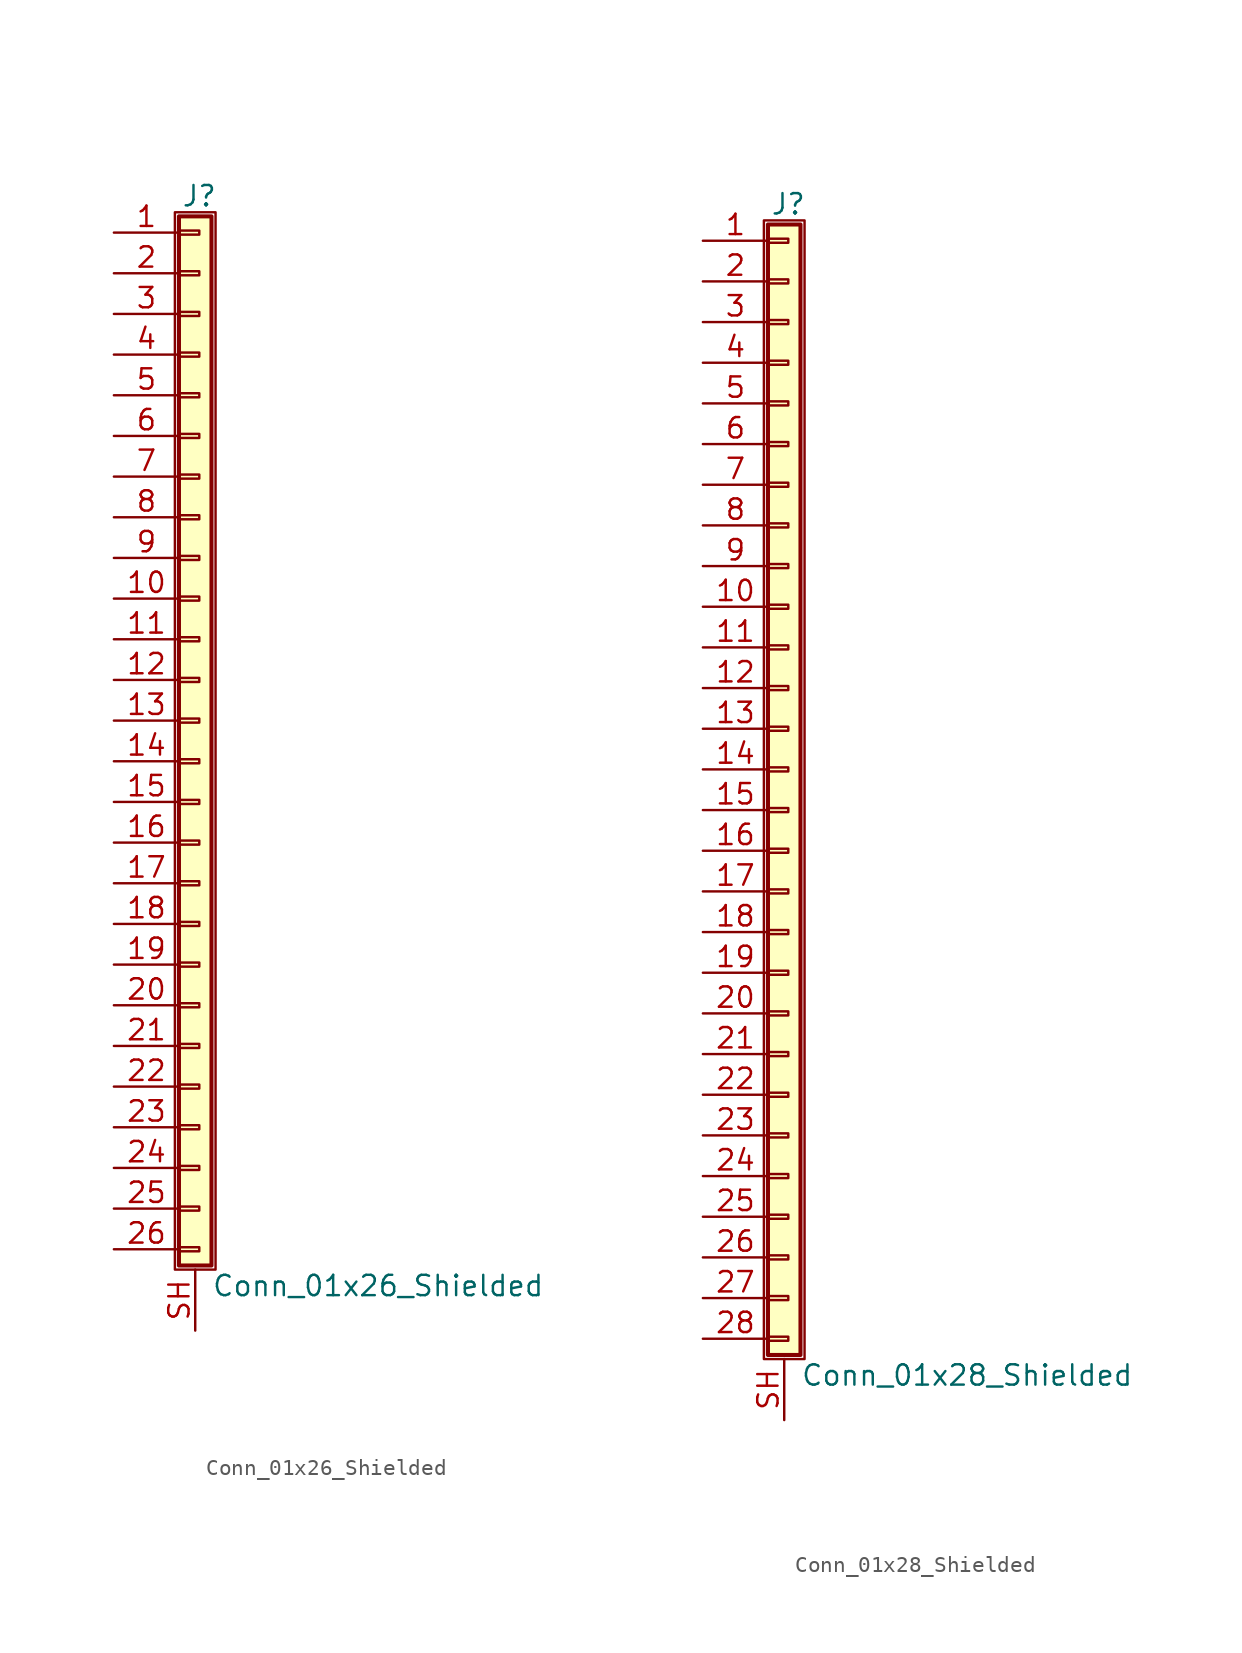
<source format=kicad_sym>
(kicad_symbol_lib
  (version 20220914)
  (generator kicad_symbol_editor)
  (symbol "Conn_01x26_Shielded"
    (pin_names
      (offset 1.016) hide)
    (property "Reference" "J"
      (at 0.254 32.766 0)
      (effects (font (size 1.27 1.27))))
    (property "Value" "Conn_01x26_Shielded"
      (at 1.016 -35.306 0)
      (effects (font (size 1.27 1.27)) (justify left)))
    (symbol "Conn_01x26_Shielded_1_1"
      (rectangle (start -1.27 31.75) (end 1.27 -34.29) (stroke (width 0.152) (type default)) (fill (type none)))
      (rectangle (start -1.016 -32.893) (end 0.254 -33.147) (stroke (width 0.152) (type default)) (fill (type none)))
      (rectangle (start -1.016 -30.353) (end 0.254 -30.607) (stroke (width 0.152) (type default)) (fill (type none)))
      (rectangle (start -1.016 -27.813) (end 0.254 -28.067) (stroke (width 0.152) (type default)) (fill (type none)))
      (rectangle (start -1.016 -25.273) (end 0.254 -25.527) (stroke (width 0.152) (type default)) (fill (type none)))
      (rectangle (start -1.016 -22.733) (end 0.254 -22.987) (stroke (width 0.152) (type default)) (fill (type none)))
      (rectangle (start -1.016 -20.193) (end 0.254 -20.447) (stroke (width 0.152) (type default)) (fill (type none)))
      (rectangle (start -1.016 -17.653) (end 0.254 -17.907) (stroke (width 0.152) (type default)) (fill (type none)))
      (rectangle (start -1.016 -15.113) (end 0.254 -15.367) (stroke (width 0.152) (type default)) (fill (type none)))
      (rectangle (start -1.016 -12.573) (end 0.254 -12.827) (stroke (width 0.152) (type default)) (fill (type none)))
      (rectangle (start -1.016 -10.033) (end 0.254 -10.287) (stroke (width 0.152) (type default)) (fill (type none)))
      (rectangle (start -1.016 -7.493) (end 0.254 -7.747) (stroke (width 0.152) (type default)) (fill (type none)))
      (rectangle (start -1.016 -4.953) (end 0.254 -5.207) (stroke (width 0.152) (type default)) (fill (type none)))
      (rectangle (start -1.016 -2.413) (end 0.254 -2.667) (stroke (width 0.152) (type default)) (fill (type none)))
      (rectangle (start -1.016 0.127) (end 0.254 -0.127) (stroke (width 0.152) (type default)) (fill (type none)))
      (rectangle (start -1.016 2.667) (end 0.254 2.413) (stroke (width 0.152) (type default)) (fill (type none)))
      (rectangle (start -1.016 5.207) (end 0.254 4.953) (stroke (width 0.152) (type default)) (fill (type none)))
      (rectangle (start -1.016 7.747) (end 0.254 7.493) (stroke (width 0.152) (type default)) (fill (type none)))
      (rectangle (start -1.016 10.287) (end 0.254 10.033) (stroke (width 0.152) (type default)) (fill (type none)))
      (rectangle (start -1.016 12.827) (end 0.254 12.573) (stroke (width 0.152) (type default)) (fill (type none)))
      (rectangle (start -1.016 15.367) (end 0.254 15.113) (stroke (width 0.152) (type default)) (fill (type none)))
      (rectangle (start -1.016 17.907) (end 0.254 17.653) (stroke (width 0.152) (type default)) (fill (type none)))
      (rectangle (start -1.016 20.447) (end 0.254 20.193) (stroke (width 0.152) (type default)) (fill (type none)))
      (rectangle (start -1.016 22.987) (end 0.254 22.733) (stroke (width 0.152) (type default)) (fill (type none)))
      (rectangle (start -1.016 25.527) (end 0.254 25.273) (stroke (width 0.152) (type default)) (fill (type none)))
      (rectangle (start -1.016 28.067) (end 0.254 27.813) (stroke (width 0.152) (type default)) (fill (type none)))
      (rectangle (start -1.016 30.607) (end 0.254 30.353) (stroke (width 0.152) (type default)) (fill (type none)))
      (rectangle (start -1.016 31.496) (end 1.016 -34.036) (stroke (width 0.254) (type default)) (fill (type background)))
      (pin passive line (at -5.08 30.48 0) (length 4.064) (name "Pin_1" (effects (font (size 1.27 1.27)))) (number "1" (effects (font (size 1.27 1.27)))))
      (pin passive line (at -5.08 7.62 0) (length 4.064) (name "Pin_10" (effects (font (size 1.27 1.27)))) (number "10" (effects (font (size 1.27 1.27)))))
      (pin passive line (at -5.08 5.08 0) (length 4.064) (name "Pin_11" (effects (font (size 1.27 1.27)))) (number "11" (effects (font (size 1.27 1.27)))))
      (pin passive line (at -5.08 2.54 0) (length 4.064) (name "Pin_12" (effects (font (size 1.27 1.27)))) (number "12" (effects (font (size 1.27 1.27)))))
      (pin passive line (at -5.08 0 0) (length 4.064) (name "Pin_13" (effects (font (size 1.27 1.27)))) (number "13" (effects (font (size 1.27 1.27)))))
      (pin passive line (at -5.08 -2.54 0) (length 4.064) (name "Pin_14" (effects (font (size 1.27 1.27)))) (number "14" (effects (font (size 1.27 1.27)))))
      (pin passive line (at -5.08 -5.08 0) (length 4.064) (name "Pin_15" (effects (font (size 1.27 1.27)))) (number "15" (effects (font (size 1.27 1.27)))))
      (pin passive line (at -5.08 -7.62 0) (length 4.064) (name "Pin_16" (effects (font (size 1.27 1.27)))) (number "16" (effects (font (size 1.27 1.27)))))
      (pin passive line (at -5.08 -10.16 0) (length 4.064) (name "Pin_17" (effects (font (size 1.27 1.27)))) (number "17" (effects (font (size 1.27 1.27)))))
      (pin passive line (at -5.08 -12.7 0) (length 4.064) (name "Pin_18" (effects (font (size 1.27 1.27)))) (number "18" (effects (font (size 1.27 1.27)))))
      (pin passive line (at -5.08 -15.24 0) (length 4.064) (name "Pin_19" (effects (font (size 1.27 1.27)))) (number "19" (effects (font (size 1.27 1.27)))))
      (pin passive line (at -5.08 27.94 0) (length 4.064) (name "Pin_2" (effects (font (size 1.27 1.27)))) (number "2" (effects (font (size 1.27 1.27)))))
      (pin passive line (at -5.08 -17.78 0) (length 4.064) (name "Pin_20" (effects (font (size 1.27 1.27)))) (number "20" (effects (font (size 1.27 1.27)))))
      (pin passive line (at -5.08 -20.32 0) (length 4.064) (name "Pin_21" (effects (font (size 1.27 1.27)))) (number "21" (effects (font (size 1.27 1.27)))))
      (pin passive line (at -5.08 -22.86 0) (length 4.064) (name "Pin_22" (effects (font (size 1.27 1.27)))) (number "22" (effects (font (size 1.27 1.27)))))
      (pin passive line (at -5.08 -25.4 0) (length 4.064) (name "Pin_23" (effects (font (size 1.27 1.27)))) (number "23" (effects (font (size 1.27 1.27)))))
      (pin passive line (at -5.08 -27.94 0) (length 4.064) (name "Pin_24" (effects (font (size 1.27 1.27)))) (number "24" (effects (font (size 1.27 1.27)))))
      (pin passive line (at -5.08 -30.48 0) (length 4.064) (name "Pin_25" (effects (font (size 1.27 1.27)))) (number "25" (effects (font (size 1.27 1.27)))))
      (pin passive line (at -5.08 -33.02 0) (length 4.064) (name "Pin_26" (effects (font (size 1.27 1.27)))) (number "26" (effects (font (size 1.27 1.27)))))
      (pin passive line (at -5.08 25.4 0) (length 4.064) (name "Pin_3" (effects (font (size 1.27 1.27)))) (number "3" (effects (font (size 1.27 1.27)))))
      (pin passive line (at -5.08 22.86 0) (length 4.064) (name "Pin_4" (effects (font (size 1.27 1.27)))) (number "4" (effects (font (size 1.27 1.27)))))
      (pin passive line (at -5.08 20.32 0) (length 4.064) (name "Pin_5" (effects (font (size 1.27 1.27)))) (number "5" (effects (font (size 1.27 1.27)))))
      (pin passive line (at -5.08 17.78 0) (length 4.064) (name "Pin_6" (effects (font (size 1.27 1.27)))) (number "6" (effects (font (size 1.27 1.27)))))
      (pin passive line (at -5.08 15.24 0) (length 4.064) (name "Pin_7" (effects (font (size 1.27 1.27)))) (number "7" (effects (font (size 1.27 1.27)))))
      (pin passive line (at -5.08 12.7 0) (length 4.064) (name "Pin_8" (effects (font (size 1.27 1.27)))) (number "8" (effects (font (size 1.27 1.27)))))
      (pin passive line (at -5.08 10.16 0) (length 4.064) (name "Pin_9" (effects (font (size 1.27 1.27)))) (number "9" (effects (font (size 1.27 1.27)))))
      (pin passive line (at 0 -38.1 90) (length 3.81) (name "Shield" (effects (font (size 1.27 1.27)))) (number "SH" (effects (font (size 1.27 1.27)))))))
  (symbol "Conn_01x28_Shielded"
    (pin_names
      (offset 1.016) hide)
    (property "Reference" "J"
      (at 0.254 35.306 0)
      (effects (font (size 1.27 1.27))))
    (property "Value" "Conn_01x28_Shielded"
      (at 1.016 -37.846 0)
      (effects (font (size 1.27 1.27)) (justify left)))
    (symbol "Conn_01x28_Shielded_1_1"
      (rectangle (start -1.27 34.29) (end 1.27 -36.83) (stroke (width 0.152) (type default)) (fill (type none)))
      (rectangle (start -1.016 -35.433) (end 0.254 -35.687) (stroke (width 0.152) (type default)) (fill (type none)))
      (rectangle (start -1.016 -32.893) (end 0.254 -33.147) (stroke (width 0.152) (type default)) (fill (type none)))
      (rectangle (start -1.016 -30.353) (end 0.254 -30.607) (stroke (width 0.152) (type default)) (fill (type none)))
      (rectangle (start -1.016 -27.813) (end 0.254 -28.067) (stroke (width 0.152) (type default)) (fill (type none)))
      (rectangle (start -1.016 -25.273) (end 0.254 -25.527) (stroke (width 0.152) (type default)) (fill (type none)))
      (rectangle (start -1.016 -22.733) (end 0.254 -22.987) (stroke (width 0.152) (type default)) (fill (type none)))
      (rectangle (start -1.016 -20.193) (end 0.254 -20.447) (stroke (width 0.152) (type default)) (fill (type none)))
      (rectangle (start -1.016 -17.653) (end 0.254 -17.907) (stroke (width 0.152) (type default)) (fill (type none)))
      (rectangle (start -1.016 -15.113) (end 0.254 -15.367) (stroke (width 0.152) (type default)) (fill (type none)))
      (rectangle (start -1.016 -12.573) (end 0.254 -12.827) (stroke (width 0.152) (type default)) (fill (type none)))
      (rectangle (start -1.016 -10.033) (end 0.254 -10.287) (stroke (width 0.152) (type default)) (fill (type none)))
      (rectangle (start -1.016 -7.493) (end 0.254 -7.747) (stroke (width 0.152) (type default)) (fill (type none)))
      (rectangle (start -1.016 -4.953) (end 0.254 -5.207) (stroke (width 0.152) (type default)) (fill (type none)))
      (rectangle (start -1.016 -2.413) (end 0.254 -2.667) (stroke (width 0.152) (type default)) (fill (type none)))
      (rectangle (start -1.016 0.127) (end 0.254 -0.127) (stroke (width 0.152) (type default)) (fill (type none)))
      (rectangle (start -1.016 2.667) (end 0.254 2.413) (stroke (width 0.152) (type default)) (fill (type none)))
      (rectangle (start -1.016 5.207) (end 0.254 4.953) (stroke (width 0.152) (type default)) (fill (type none)))
      (rectangle (start -1.016 7.747) (end 0.254 7.493) (stroke (width 0.152) (type default)) (fill (type none)))
      (rectangle (start -1.016 10.287) (end 0.254 10.033) (stroke (width 0.152) (type default)) (fill (type none)))
      (rectangle (start -1.016 12.827) (end 0.254 12.573) (stroke (width 0.152) (type default)) (fill (type none)))
      (rectangle (start -1.016 15.367) (end 0.254 15.113) (stroke (width 0.152) (type default)) (fill (type none)))
      (rectangle (start -1.016 17.907) (end 0.254 17.653) (stroke (width 0.152) (type default)) (fill (type none)))
      (rectangle (start -1.016 20.447) (end 0.254 20.193) (stroke (width 0.152) (type default)) (fill (type none)))
      (rectangle (start -1.016 22.987) (end 0.254 22.733) (stroke (width 0.152) (type default)) (fill (type none)))
      (rectangle (start -1.016 25.527) (end 0.254 25.273) (stroke (width 0.152) (type default)) (fill (type none)))
      (rectangle (start -1.016 28.067) (end 0.254 27.813) (stroke (width 0.152) (type default)) (fill (type none)))
      (rectangle (start -1.016 30.607) (end 0.254 30.353) (stroke (width 0.152) (type default)) (fill (type none)))
      (rectangle (start -1.016 33.147) (end 0.254 32.893) (stroke (width 0.152) (type default)) (fill (type none)))
      (rectangle (start -1.016 34.036) (end 1.016 -36.576) (stroke (width 0.254) (type default)) (fill (type background)))
      (pin passive line (at -5.08 33.02 0) (length 4.064) (name "Pin_1" (effects (font (size 1.27 1.27)))) (number "1" (effects (font (size 1.27 1.27)))))
      (pin passive line (at -5.08 10.16 0) (length 4.064) (name "Pin_10" (effects (font (size 1.27 1.27)))) (number "10" (effects (font (size 1.27 1.27)))))
      (pin passive line (at -5.08 7.62 0) (length 4.064) (name "Pin_11" (effects (font (size 1.27 1.27)))) (number "11" (effects (font (size 1.27 1.27)))))
      (pin passive line (at -5.08 5.08 0) (length 4.064) (name "Pin_12" (effects (font (size 1.27 1.27)))) (number "12" (effects (font (size 1.27 1.27)))))
      (pin passive line (at -5.08 2.54 0) (length 4.064) (name "Pin_13" (effects (font (size 1.27 1.27)))) (number "13" (effects (font (size 1.27 1.27)))))
      (pin passive line (at -5.08 0 0) (length 4.064) (name "Pin_14" (effects (font (size 1.27 1.27)))) (number "14" (effects (font (size 1.27 1.27)))))
      (pin passive line (at -5.08 -2.54 0) (length 4.064) (name "Pin_15" (effects (font (size 1.27 1.27)))) (number "15" (effects (font (size 1.27 1.27)))))
      (pin passive line (at -5.08 -5.08 0) (length 4.064) (name "Pin_16" (effects (font (size 1.27 1.27)))) (number "16" (effects (font (size 1.27 1.27)))))
      (pin passive line (at -5.08 -7.62 0) (length 4.064) (name "Pin_17" (effects (font (size 1.27 1.27)))) (number "17" (effects (font (size 1.27 1.27)))))
      (pin passive line (at -5.08 -10.16 0) (length 4.064) (name "Pin_18" (effects (font (size 1.27 1.27)))) (number "18" (effects (font (size 1.27 1.27)))))
      (pin passive line (at -5.08 -12.7 0) (length 4.064) (name "Pin_19" (effects (font (size 1.27 1.27)))) (number "19" (effects (font (size 1.27 1.27)))))
      (pin passive line (at -5.08 30.48 0) (length 4.064) (name "Pin_2" (effects (font (size 1.27 1.27)))) (number "2" (effects (font (size 1.27 1.27)))))
      (pin passive line (at -5.08 -15.24 0) (length 4.064) (name "Pin_20" (effects (font (size 1.27 1.27)))) (number "20" (effects (font (size 1.27 1.27)))))
      (pin passive line (at -5.08 -17.78 0) (length 4.064) (name "Pin_21" (effects (font (size 1.27 1.27)))) (number "21" (effects (font (size 1.27 1.27)))))
      (pin passive line (at -5.08 -20.32 0) (length 4.064) (name "Pin_22" (effects (font (size 1.27 1.27)))) (number "22" (effects (font (size 1.27 1.27)))))
      (pin passive line (at -5.08 -22.86 0) (length 4.064) (name "Pin_23" (effects (font (size 1.27 1.27)))) (number "23" (effects (font (size 1.27 1.27)))))
      (pin passive line (at -5.08 -25.4 0) (length 4.064) (name "Pin_24" (effects (font (size 1.27 1.27)))) (number "24" (effects (font (size 1.27 1.27)))))
      (pin passive line (at -5.08 -27.94 0) (length 4.064) (name "Pin_25" (effects (font (size 1.27 1.27)))) (number "25" (effects (font (size 1.27 1.27)))))
      (pin passive line (at -5.08 -30.48 0) (length 4.064) (name "Pin_26" (effects (font (size 1.27 1.27)))) (number "26" (effects (font (size 1.27 1.27)))))
      (pin passive line (at -5.08 -33.02 0) (length 4.064) (name "Pin_27" (effects (font (size 1.27 1.27)))) (number "27" (effects (font (size 1.27 1.27)))))
      (pin passive line (at -5.08 -35.56 0) (length 4.064) (name "Pin_28" (effects (font (size 1.27 1.27)))) (number "28" (effects (font (size 1.27 1.27)))))
      (pin passive line (at -5.08 27.94 0) (length 4.064) (name "Pin_3" (effects (font (size 1.27 1.27)))) (number "3" (effects (font (size 1.27 1.27)))))
      (pin passive line (at -5.08 25.4 0) (length 4.064) (name "Pin_4" (effects (font (size 1.27 1.27)))) (number "4" (effects (font (size 1.27 1.27)))))
      (pin passive line (at -5.08 22.86 0) (length 4.064) (name "Pin_5" (effects (font (size 1.27 1.27)))) (number "5" (effects (font (size 1.27 1.27)))))
      (pin passive line (at -5.08 20.32 0) (length 4.064) (name "Pin_6" (effects (font (size 1.27 1.27)))) (number "6" (effects (font (size 1.27 1.27)))))
      (pin passive line (at -5.08 17.78 0) (length 4.064) (name "Pin_7" (effects (font (size 1.27 1.27)))) (number "7" (effects (font (size 1.27 1.27)))))
      (pin passive line (at -5.08 15.24 0) (length 4.064) (name "Pin_8" (effects (font (size 1.27 1.27)))) (number "8" (effects (font (size 1.27 1.27)))))
      (pin passive line (at -5.08 12.7 0) (length 4.064) (name "Pin_9" (effects (font (size 1.27 1.27)))) (number "9" (effects (font (size 1.27 1.27)))))
      (pin passive line (at 0 -40.64 90) (length 3.81) (name "Shield" (effects (font (size 1.27 1.27)))) (number "SH" (effects (font (size 1.27 1.27))))))))
</source>
